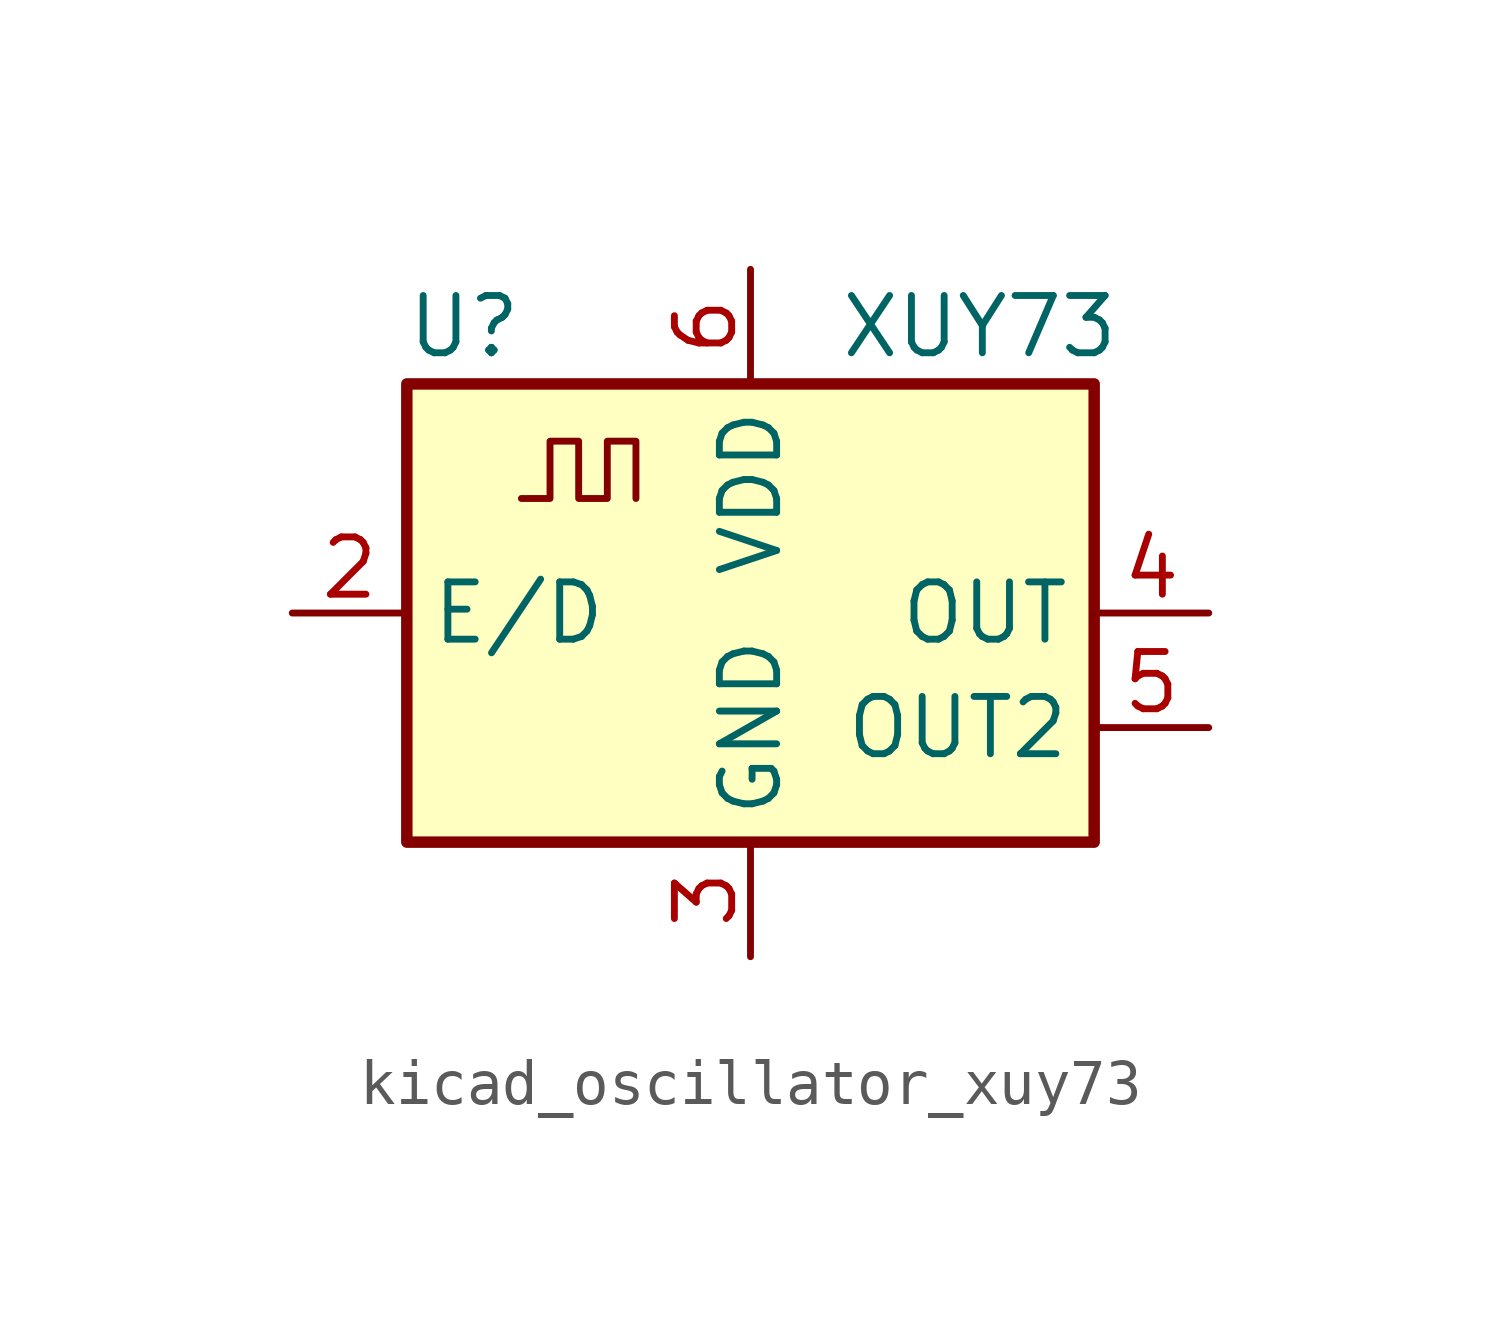
<source format=kicad_sym>
(kicad_symbol_lib
  (version 20220914)
  (generator kicad_symbol_editor)
  (symbol "kicad_oscillator_xuy73"
    (property "Reference" "U"
      (at -6.35 6.35 0)
      (effects (font (size 1.27 1.27))))
    (property "Value" "XUY73"
      (at 5.08 6.35 0)
      (effects (font (size 1.27 1.27))))
    (symbol "kicad_oscillator_xuy73_0_1"
      (rectangle (start -7.62 5.08) (end 7.62 -5.08) (stroke (width 0.254) (type default)) (fill (type background))))
    (symbol "kicad_oscillator_xuy73_1_1"
      (polyline (pts (xy -5.08 2.54) (xy -4.445 2.54) (xy -4.445 3.81) (xy -3.81 3.81) (xy -3.81 2.54) (xy -3.175 2.54) (xy -3.175 3.81) (xy -2.54 3.81) (xy -2.54 2.54)) (stroke (width 0) (type default)) (fill (type none)))
      (pin no_connect line (at -7.62 -2.54 0) (length 2.54) hide (name "NC" (effects (font (size 1.27 1.27)))) (number "1" (effects (font (size 1.27 1.27)))))
      (pin input line (at -10.16 0 0) (length 2.54) (name "E/D" (effects (font (size 1.27 1.27)))) (number "2" (effects (font (size 1.27 1.27)))))
      (pin power_in line (at 0 -7.62 90) (length 2.54) (name "GND" (effects (font (size 1.27 1.27)))) (number "3" (effects (font (size 1.27 1.27)))))
      (pin output line (at 10.16 0 180) (length 2.54) (name "OUT" (effects (font (size 1.27 1.27)))) (number "4" (effects (font (size 1.27 1.27)))))
      (pin output line (at 10.16 -2.54 180) (length 2.54) (name "OUT2" (effects (font (size 1.27 1.27)))) (number "5" (effects (font (size 1.27 1.27)))))
      (pin power_in line (at 0 7.62 270) (length 2.54) (name "VDD" (effects (font (size 1.27 1.27)))) (number "6" (effects (font (size 1.27 1.27))))))))
</source>
